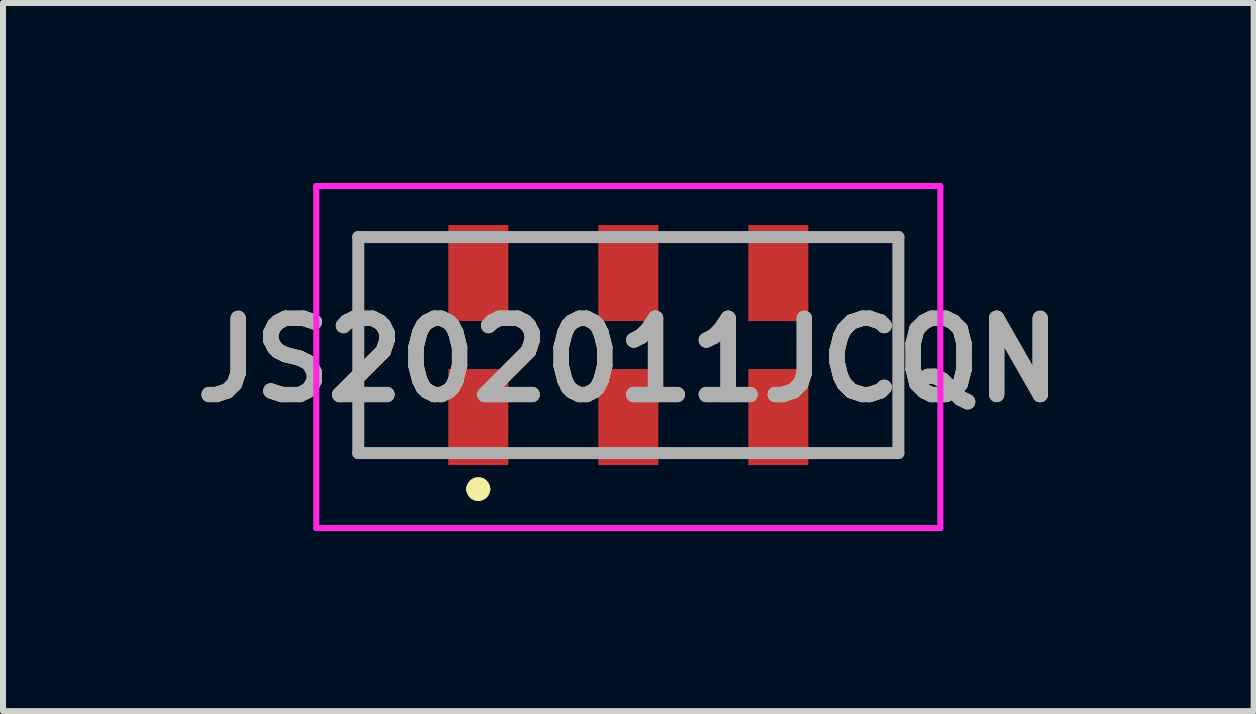
<source format=kicad_pcb>
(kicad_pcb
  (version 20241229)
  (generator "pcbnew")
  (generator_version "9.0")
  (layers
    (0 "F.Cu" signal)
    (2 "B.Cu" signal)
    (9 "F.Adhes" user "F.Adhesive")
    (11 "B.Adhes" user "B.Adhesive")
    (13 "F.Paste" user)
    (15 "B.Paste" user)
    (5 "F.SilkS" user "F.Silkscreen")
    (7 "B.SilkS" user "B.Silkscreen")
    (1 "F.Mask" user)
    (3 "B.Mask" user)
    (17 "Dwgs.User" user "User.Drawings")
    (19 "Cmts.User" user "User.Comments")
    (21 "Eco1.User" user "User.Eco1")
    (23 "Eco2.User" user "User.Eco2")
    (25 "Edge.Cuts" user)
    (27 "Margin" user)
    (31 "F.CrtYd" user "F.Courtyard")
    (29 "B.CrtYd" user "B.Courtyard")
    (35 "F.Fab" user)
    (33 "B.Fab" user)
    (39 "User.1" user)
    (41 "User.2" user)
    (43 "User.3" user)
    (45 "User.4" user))
  (footprint "JS202011JCQN"
    (layer "F.Cu")
    (at 7.42 2.95)
    (property "Reference" "JS202011JCQN" (at 0 0 0) (layer "F.SilkS") (effects (font (size 1.27 1.27) (thickness 0.254))))
    (attr smd)
    (fp_line (start -4.5 -2.05) (end -4.5 1.55) (stroke (width 0.1) (type solid)) (layer "F.SilkS"))
    (fp_line (start -4.5 1.55) (end -3.5 1.55) (stroke (width 0.1) (type solid)) (layer "F.SilkS"))
    (fp_line (start -3.5 -2.05) (end -4.5 -2.05) (stroke (width 0.1) (type solid)) (layer "F.SilkS"))
    (fp_line (start -2.6 2.15) (end -2.6 2.15) (stroke (width 0.2) (type solid)) (layer "F.SilkS"))
    (fp_line (start -2.4 2.15) (end -2.4 2.15) (stroke (width 0.2) (type solid)) (layer "F.SilkS"))
    (fp_line (start 3.5 -2.05) (end 4.5 -2.05) (stroke (width 0.1) (type solid)) (layer "F.SilkS"))
    (fp_line (start 4.5 -2.05) (end 4.5 1.55) (stroke (width 0.1) (type solid)) (layer "F.SilkS"))
    (fp_line (start 4.5 1.55) (end 3.5 1.55) (stroke (width 0.1) (type solid)) (layer "F.SilkS"))
    (fp_arc (start -2.6 2.15) (mid -2.5 2.05) (end -2.4 2.15) (stroke (width 0.2) (type solid)) (layer "F.SilkS"))
    (fp_arc (start -2.4 2.15) (mid -2.5 2.25) (end -2.6 2.15) (stroke (width 0.2) (type solid)) (layer "F.SilkS"))
    (fp_line (start -5.2 -2.9) (end 5.2 -2.9) (stroke (width 0.1) (type solid)) (layer "F.CrtYd"))
    (fp_line (start -5.2 2.8) (end -5.2 -2.9) (stroke (width 0.1) (type solid)) (layer "F.CrtYd"))
    (fp_line (start 5.2 -2.9) (end 5.2 2.8) (stroke (width 0.1) (type solid)) (layer "F.CrtYd"))
    (fp_line (start 5.2 2.8) (end -5.2 2.8) (stroke (width 0.1) (type solid)) (layer "F.CrtYd"))
    (fp_line (start -4.5 -2.05) (end 4.5 -2.05) (stroke (width 0.2) (type solid)) (layer "F.Fab"))
    (fp_line (start -4.5 1.55) (end -4.5 -2.05) (stroke (width 0.2) (type solid)) (layer "F.Fab"))
    (fp_line (start 4.5 -2.05) (end 4.5 1.55) (stroke (width 0.2) (type solid)) (layer "F.Fab"))
    (fp_line (start 4.5 1.55) (end -4.5 1.55) (stroke (width 0.2) (type solid)) (layer "F.Fab"))
    (fp_text user "${REFERENCE}" (at 0 0 0) (layer "F.Fab") (effects (font (size 1.27 1.27) (thickness 0.254))))
    (pad "1" smd rect (at -2.5 0.95) (size 1 1.6) (layers "F.Cu" "F.Mask" "F.Paste"))
    (pad "2" smd rect (at 0 0.95) (size 1 1.6) (layers "F.Cu" "F.Mask" "F.Paste"))
    (pad "3" smd rect (at 2.5 0.95) (size 1 1.6) (layers "F.Cu" "F.Mask" "F.Paste"))
    (pad "4" smd rect (at -2.5 -1.45) (size 1 1.6) (layers "F.Cu" "F.Mask" "F.Paste"))
    (pad "5" smd rect (at 0 -1.45) (size 1 1.6) (layers "F.Cu" "F.Mask" "F.Paste"))
    (pad "6" smd rect (at 2.5 -1.45) (size 1 1.6) (layers "F.Cu" "F.Mask" "F.Paste")))
  (gr_rect
    (start -3 -3)
    (end 17.841 8.8)
    (stroke (width 0.1) (type default))
    (fill no)
    (layer "Edge.Cuts")))
</source>
